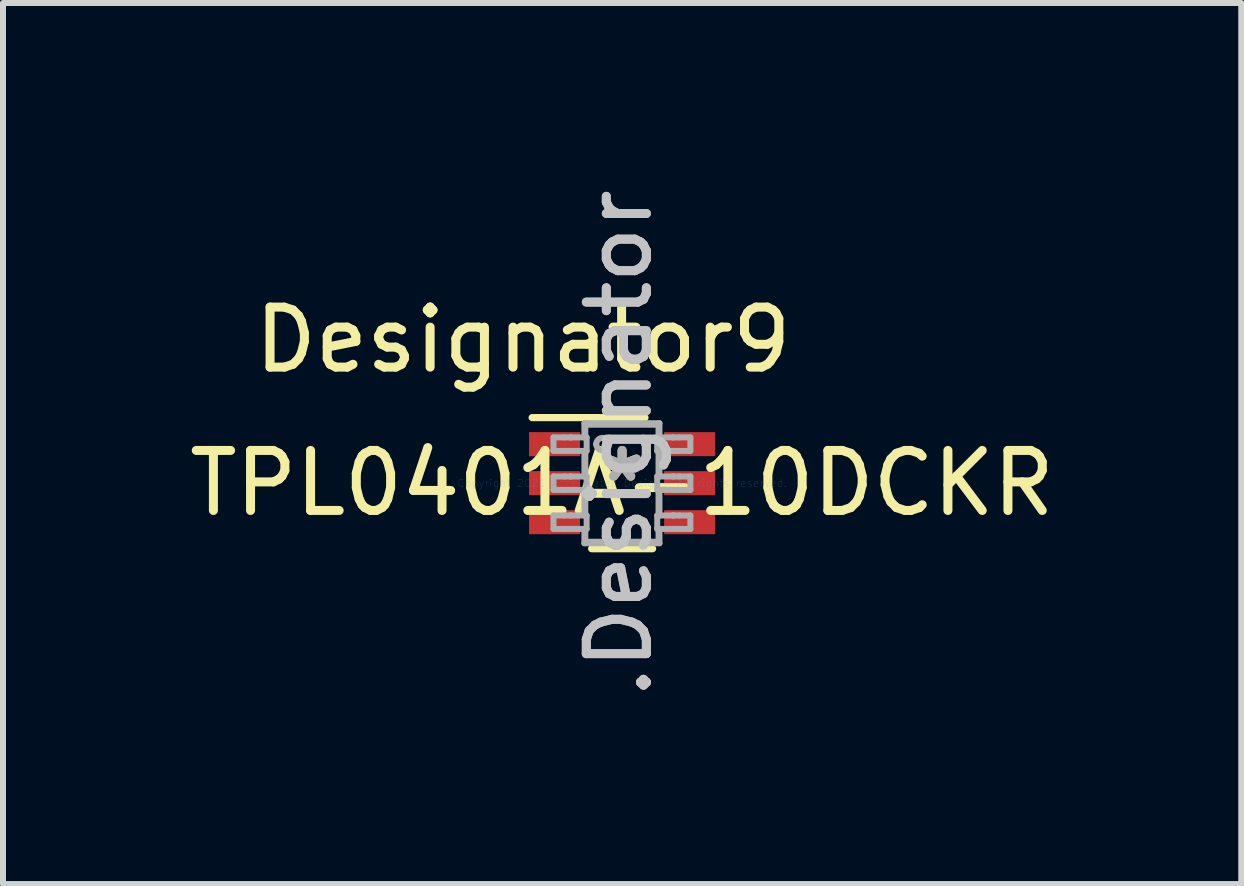
<source format=kicad_pcb>
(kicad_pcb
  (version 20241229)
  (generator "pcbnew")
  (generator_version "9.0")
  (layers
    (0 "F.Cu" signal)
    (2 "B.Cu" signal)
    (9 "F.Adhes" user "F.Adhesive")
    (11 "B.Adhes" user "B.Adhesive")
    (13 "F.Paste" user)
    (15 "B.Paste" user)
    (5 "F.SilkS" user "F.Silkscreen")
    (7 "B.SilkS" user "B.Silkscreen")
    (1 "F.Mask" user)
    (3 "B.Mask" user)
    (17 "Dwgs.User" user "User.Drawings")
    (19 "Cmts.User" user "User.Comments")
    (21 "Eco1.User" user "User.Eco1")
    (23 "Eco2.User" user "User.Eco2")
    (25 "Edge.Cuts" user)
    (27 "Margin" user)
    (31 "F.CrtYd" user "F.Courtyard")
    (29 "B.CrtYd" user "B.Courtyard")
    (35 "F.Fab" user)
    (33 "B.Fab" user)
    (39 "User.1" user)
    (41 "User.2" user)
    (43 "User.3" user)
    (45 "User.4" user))
  (footprint "TPL0401A-10DCKR"
    (layer "F.Cu")
    (at 7.315 5)
    (property "Reference" "TPL0401A-10DCKR" (at 0 0 0) (layer "F.SilkS") (effects (font (size 1 1) (thickness 0.15))))
    (attr through_hole)
    (fp_line (start -1.499 -1.092) (end 0.381 -1.092) (stroke (width 0.12) (type solid)) (layer "F.SilkS"))
    (fp_line (start -0.508 1.092) (end 0.508 1.092) (stroke (width 0.12) (type solid)) (layer "F.SilkS"))
    (fp_line (start -1.143 -0.762) (end -0.959 -0.762) (stroke (width 0.1) (type solid)) (layer "F.Fab"))
    (fp_line (start -1.143 -0.537) (end -1.143 -0.762) (stroke (width 0.1) (type solid)) (layer "F.Fab"))
    (fp_line (start -1.143 -0.537) (end -0.959 -0.537) (stroke (width 0.1) (type solid)) (layer "F.Fab"))
    (fp_line (start -1.143 -0.112) (end -0.959 -0.112) (stroke (width 0.1) (type solid)) (layer "F.Fab"))
    (fp_line (start -1.143 0.113) (end -1.143 -0.112) (stroke (width 0.1) (type solid)) (layer "F.Fab"))
    (fp_line (start -1.143 0.113) (end -0.959 0.113) (stroke (width 0.1) (type solid)) (layer "F.Fab"))
    (fp_line (start -1.143 0.538) (end -0.959 0.538) (stroke (width 0.1) (type solid)) (layer "F.Fab"))
    (fp_line (start -1.143 0.763) (end -1.143 0.538) (stroke (width 0.1) (type solid)) (layer "F.Fab"))
    (fp_line (start -1.143 0.763) (end -0.959 0.763) (stroke (width 0.1) (type solid)) (layer "F.Fab"))
    (fp_line (start -0.959 -0.762) (end -0.865 -0.762) (stroke (width 0.1) (type solid)) (layer "F.Fab"))
    (fp_line (start -0.959 -0.537) (end -0.865 -0.537) (stroke (width 0.1) (type solid)) (layer "F.Fab"))
    (fp_line (start -0.959 -0.112) (end -0.865 -0.112) (stroke (width 0.1) (type solid)) (layer "F.Fab"))
    (fp_line (start -0.959 0.113) (end -0.865 0.113) (stroke (width 0.1) (type solid)) (layer "F.Fab"))
    (fp_line (start -0.959 0.538) (end -0.865 0.538) (stroke (width 0.1) (type solid)) (layer "F.Fab"))
    (fp_line (start -0.959 0.763) (end -0.865 0.763) (stroke (width 0.1) (type solid)) (layer "F.Fab"))
    (fp_line (start -0.865 -0.762) (end -0.853 -0.762) (stroke (width 0.1) (type solid)) (layer "F.Fab"))
    (fp_line (start -0.865 -0.537) (end -0.853 -0.537) (stroke (width 0.1) (type solid)) (layer "F.Fab"))
    (fp_line (start -0.865 -0.112) (end -0.853 -0.112) (stroke (width 0.1) (type solid)) (layer "F.Fab"))
    (fp_line (start -0.865 0.113) (end -0.853 0.113) (stroke (width 0.1) (type solid)) (layer "F.Fab"))
    (fp_line (start -0.865 0.538) (end -0.853 0.538) (stroke (width 0.1) (type solid)) (layer "F.Fab"))
    (fp_line (start -0.865 0.763) (end -0.853 0.763) (stroke (width 0.1) (type solid)) (layer "F.Fab"))
    (fp_line (start -0.853 -0.762) (end -0.628 -0.762) (stroke (width 0.1) (type solid)) (layer "F.Fab"))
    (fp_line (start -0.853 -0.537) (end -0.628 -0.537) (stroke (width 0.1) (type solid)) (layer "F.Fab"))
    (fp_line (start -0.853 -0.112) (end -0.628 -0.112) (stroke (width 0.1) (type solid)) (layer "F.Fab"))
    (fp_line (start -0.853 0.113) (end -0.628 0.113) (stroke (width 0.1) (type solid)) (layer "F.Fab"))
    (fp_line (start -0.853 0.538) (end -0.628 0.538) (stroke (width 0.1) (type solid)) (layer "F.Fab"))
    (fp_line (start -0.853 0.763) (end -0.628 0.763) (stroke (width 0.1) (type solid)) (layer "F.Fab"))
    (fp_line (start -0.628 -0.999) (end 0.622 -0.999) (stroke (width 0.1) (type solid)) (layer "F.Fab"))
    (fp_line (start -0.628 -0.762) (end -0.628 -0.999) (stroke (width 0.1) (type solid)) (layer "F.Fab"))
    (fp_line (start -0.628 -0.762) (end -0.591 -0.762) (stroke (width 0.1) (type solid)) (layer "F.Fab"))
    (fp_line (start -0.628 -0.537) (end -0.591 -0.537) (stroke (width 0.1) (type solid)) (layer "F.Fab"))
    (fp_line (start -0.628 -0.112) (end -0.628 -0.537) (stroke (width 0.1) (type solid)) (layer "F.Fab"))
    (fp_line (start -0.628 -0.112) (end -0.591 -0.112) (stroke (width 0.1) (type solid)) (layer "F.Fab"))
    (fp_line (start -0.628 0.113) (end -0.591 0.113) (stroke (width 0.1) (type solid)) (layer "F.Fab"))
    (fp_line (start -0.628 0.538) (end -0.628 0.113) (stroke (width 0.1) (type solid)) (layer "F.Fab"))
    (fp_line (start -0.628 0.538) (end -0.591 0.538) (stroke (width 0.1) (type solid)) (layer "F.Fab"))
    (fp_line (start -0.628 0.763) (end -0.591 0.763) (stroke (width 0.1) (type solid)) (layer "F.Fab"))
    (fp_line (start -0.628 1.001) (end -0.628 0.763) (stroke (width 0.1) (type solid)) (layer "F.Fab"))
    (fp_line (start -0.628 1.001) (end 0.622 1.001) (stroke (width 0.1) (type solid)) (layer "F.Fab"))
    (fp_line (start -0.613 -0.974) (end 0.607 -0.974) (stroke (width 0.1) (type solid)) (layer "F.Fab"))
    (fp_line (start -0.613 -0.762) (end -0.613 -0.974) (stroke (width 0.1) (type solid)) (layer "F.Fab"))
    (fp_line (start -0.613 -0.112) (end -0.613 -0.537) (stroke (width 0.1) (type solid)) (layer "F.Fab"))
    (fp_line (start -0.613 0.538) (end -0.613 0.113) (stroke (width 0.1) (type solid)) (layer "F.Fab"))
    (fp_line (start -0.613 0.976) (end -0.613 0.763) (stroke (width 0.1) (type solid)) (layer "F.Fab"))
    (fp_line (start -0.613 0.976) (end 0.607 0.976) (stroke (width 0.1) (type solid)) (layer "F.Fab"))
    (fp_line (start -0.591 -0.537) (end -0.591 -0.762) (stroke (width 0.1) (type solid)) (layer "F.Fab"))
    (fp_line (start -0.591 0.113) (end -0.591 -0.112) (stroke (width 0.1) (type solid)) (layer "F.Fab"))
    (fp_line (start -0.591 0.763) (end -0.591 0.538) (stroke (width 0.1) (type solid)) (layer "F.Fab"))
    (fp_line (start 0.585 -0.762) (end 0.622 -0.762) (stroke (width 0.1) (type solid)) (layer "F.Fab"))
    (fp_line (start 0.585 -0.537) (end 0.585 -0.762) (stroke (width 0.1) (type solid)) (layer "F.Fab"))
    (fp_line (start 0.585 -0.537) (end 0.622 -0.537) (stroke (width 0.1) (type solid)) (layer "F.Fab"))
    (fp_line (start 0.585 -0.112) (end 0.622 -0.112) (stroke (width 0.1) (type solid)) (layer "F.Fab"))
    (fp_line (start 0.585 0.113) (end 0.585 -0.112) (stroke (width 0.1) (type solid)) (layer "F.Fab"))
    (fp_line (start 0.585 0.113) (end 0.622 0.113) (stroke (width 0.1) (type solid)) (layer "F.Fab"))
    (fp_line (start 0.585 0.538) (end 0.622 0.538) (stroke (width 0.1) (type solid)) (layer "F.Fab"))
    (fp_line (start 0.585 0.763) (end 0.585 0.538) (stroke (width 0.1) (type solid)) (layer "F.Fab"))
    (fp_line (start 0.585 0.763) (end 0.622 0.763) (stroke (width 0.1) (type solid)) (layer "F.Fab"))
    (fp_line (start 0.607 -0.762) (end 0.607 -0.974) (stroke (width 0.1) (type solid)) (layer "F.Fab"))
    (fp_line (start 0.607 -0.112) (end 0.607 -0.537) (stroke (width 0.1) (type solid)) (layer "F.Fab"))
    (fp_line (start 0.607 0.538) (end 0.607 0.113) (stroke (width 0.1) (type solid)) (layer "F.Fab"))
    (fp_line (start 0.607 0.976) (end 0.607 0.763) (stroke (width 0.1) (type solid)) (layer "F.Fab"))
    (fp_line (start 0.622 -0.762) (end 0.622 -0.999) (stroke (width 0.1) (type solid)) (layer "F.Fab"))
    (fp_line (start 0.622 -0.762) (end 0.847 -0.762) (stroke (width 0.1) (type solid)) (layer "F.Fab"))
    (fp_line (start 0.622 -0.537) (end 0.847 -0.537) (stroke (width 0.1) (type solid)) (layer "F.Fab"))
    (fp_line (start 0.622 -0.112) (end 0.622 -0.537) (stroke (width 0.1) (type solid)) (layer "F.Fab"))
    (fp_line (start 0.622 -0.112) (end 0.847 -0.112) (stroke (width 0.1) (type solid)) (layer "F.Fab"))
    (fp_line (start 0.622 0.113) (end 0.847 0.113) (stroke (width 0.1) (type solid)) (layer "F.Fab"))
    (fp_line (start 0.622 0.538) (end 0.622 0.113) (stroke (width 0.1) (type solid)) (layer "F.Fab"))
    (fp_line (start 0.622 0.538) (end 0.847 0.538) (stroke (width 0.1) (type solid)) (layer "F.Fab"))
    (fp_line (start 0.622 0.763) (end 0.847 0.763) (stroke (width 0.1) (type solid)) (layer "F.Fab"))
    (fp_line (start 0.622 1.001) (end 0.622 0.763) (stroke (width 0.1) (type solid)) (layer "F.Fab"))
    (fp_line (start 0.847 -0.762) (end 0.859 -0.762) (stroke (width 0.1) (type solid)) (layer "F.Fab"))
    (fp_line (start 0.847 -0.537) (end 0.859 -0.537) (stroke (width 0.1) (type solid)) (layer "F.Fab"))
    (fp_line (start 0.847 -0.112) (end 0.859 -0.112) (stroke (width 0.1) (type solid)) (layer "F.Fab"))
    (fp_line (start 0.847 0.113) (end 0.859 0.113) (stroke (width 0.1) (type solid)) (layer "F.Fab"))
    (fp_line (start 0.847 0.538) (end 0.859 0.538) (stroke (width 0.1) (type solid)) (layer "F.Fab"))
    (fp_line (start 0.847 0.763) (end 0.859 0.763) (stroke (width 0.1) (type solid)) (layer "F.Fab"))
    (fp_line (start 0.859 -0.762) (end 0.953 -0.762) (stroke (width 0.1) (type solid)) (layer "F.Fab"))
    (fp_line (start 0.859 -0.537) (end 0.953 -0.537) (stroke (width 0.1) (type solid)) (layer "F.Fab"))
    (fp_line (start 0.859 -0.112) (end 0.953 -0.112) (stroke (width 0.1) (type solid)) (layer "F.Fab"))
    (fp_line (start 0.859 0.113) (end 0.953 0.113) (stroke (width 0.1) (type solid)) (layer "F.Fab"))
    (fp_line (start 0.859 0.538) (end 0.953 0.538) (stroke (width 0.1) (type solid)) (layer "F.Fab"))
    (fp_line (start 0.859 0.763) (end 0.953 0.763) (stroke (width 0.1) (type solid)) (layer "F.Fab"))
    (fp_line (start 0.953 -0.762) (end 1.137 -0.762) (stroke (width 0.1) (type solid)) (layer "F.Fab"))
    (fp_line (start 0.953 -0.537) (end 1.137 -0.537) (stroke (width 0.1) (type solid)) (layer "F.Fab"))
    (fp_line (start 0.953 -0.112) (end 1.137 -0.112) (stroke (width 0.1) (type solid)) (layer "F.Fab"))
    (fp_line (start 0.953 0.113) (end 1.137 0.113) (stroke (width 0.1) (type solid)) (layer "F.Fab"))
    (fp_line (start 0.953 0.538) (end 1.137 0.538) (stroke (width 0.1) (type solid)) (layer "F.Fab"))
    (fp_line (start 0.953 0.763) (end 1.137 0.763) (stroke (width 0.1) (type solid)) (layer "F.Fab"))
    (fp_line (start 1.137 -0.537) (end 1.137 -0.762) (stroke (width 0.1) (type solid)) (layer "F.Fab"))
    (fp_line (start 1.137 0.113) (end 1.137 -0.112) (stroke (width 0.1) (type solid)) (layer "F.Fab"))
    (fp_line (start 1.137 0.763) (end 1.137 0.538) (stroke (width 0.1) (type solid)) (layer "F.Fab"))
    (fp_arc (start -0.431546 -0.650138) (mid -0.323177 -0.758507) (end -0.214808 -0.650138) (stroke (width 0.1) (type solid)) (layer "F.Fab"))
    (fp_arc (start -0.214808 -0.650138) (mid -0.323177 -0.541769) (end -0.431546 -0.650138) (stroke (width 0.1) (type solid)) (layer "F.Fab"))
    (fp_text user "*" (at 0 0 0) (layer "F.SilkS") (effects (font (size 1 1) (thickness 0.15))))
    (fp_text user "Designator9" (at -1.651 -2.388 0) (layer "F.SilkS") (effects (font (size 1 1) (thickness 0.15))))
    (fp_text user ".Designator" (at -0.051 -0.66 270) (layer "Dwgs.User") (effects (font (size 1 1) (thickness 0.15))))
    (fp_text user "Copyright 2021 Accelerated Designs. All rights reserved." (at 0 0 0) (layer "Cmts.User") (effects (font (size 0.127 0.127) (thickness 0.002))))
    (fp_text user "*" (at 0 0 0) (layer "F.Fab") (effects (font (size 1 1) (thickness 0.15))))
    (fp_text user ".Designator" (at -0.051 -0.66 270) (layer "F.Fab") (effects (font (size 1 1) (thickness 0.15))))
    (pad "1" smd rect (at -1.125 -0.65 90) (size 0.4 0.85) (layers "F.Cu" "F.Mask" "F.Paste"))
    (pad "2" smd rect (at -1.125 0 90) (size 0.4 0.85) (layers "F.Cu" "F.Mask" "F.Paste"))
    (pad "3" smd rect (at -1.125 0.65 90) (size 0.4 0.85) (layers "F.Cu" "F.Mask" "F.Paste"))
    (pad "4" smd rect (at 1.125 0.65 90) (size 0.4 0.85) (layers "F.Cu" "F.Mask" "F.Paste"))
    (pad "5" smd rect (at 1.125 0 90) (size 0.4 0.85) (layers "F.Cu" "F.Mask" "F.Paste"))
    (pad "6" smd rect (at 1.125 -0.65 90) (size 0.4 0.85) (layers "F.Cu" "F.Mask" "F.Paste")))
  (gr_rect
    (start -3 -3)
    (end 17.631 11.679)
    (stroke (width 0.1) (type default))
    (fill no)
    (layer "Edge.Cuts")))
</source>
